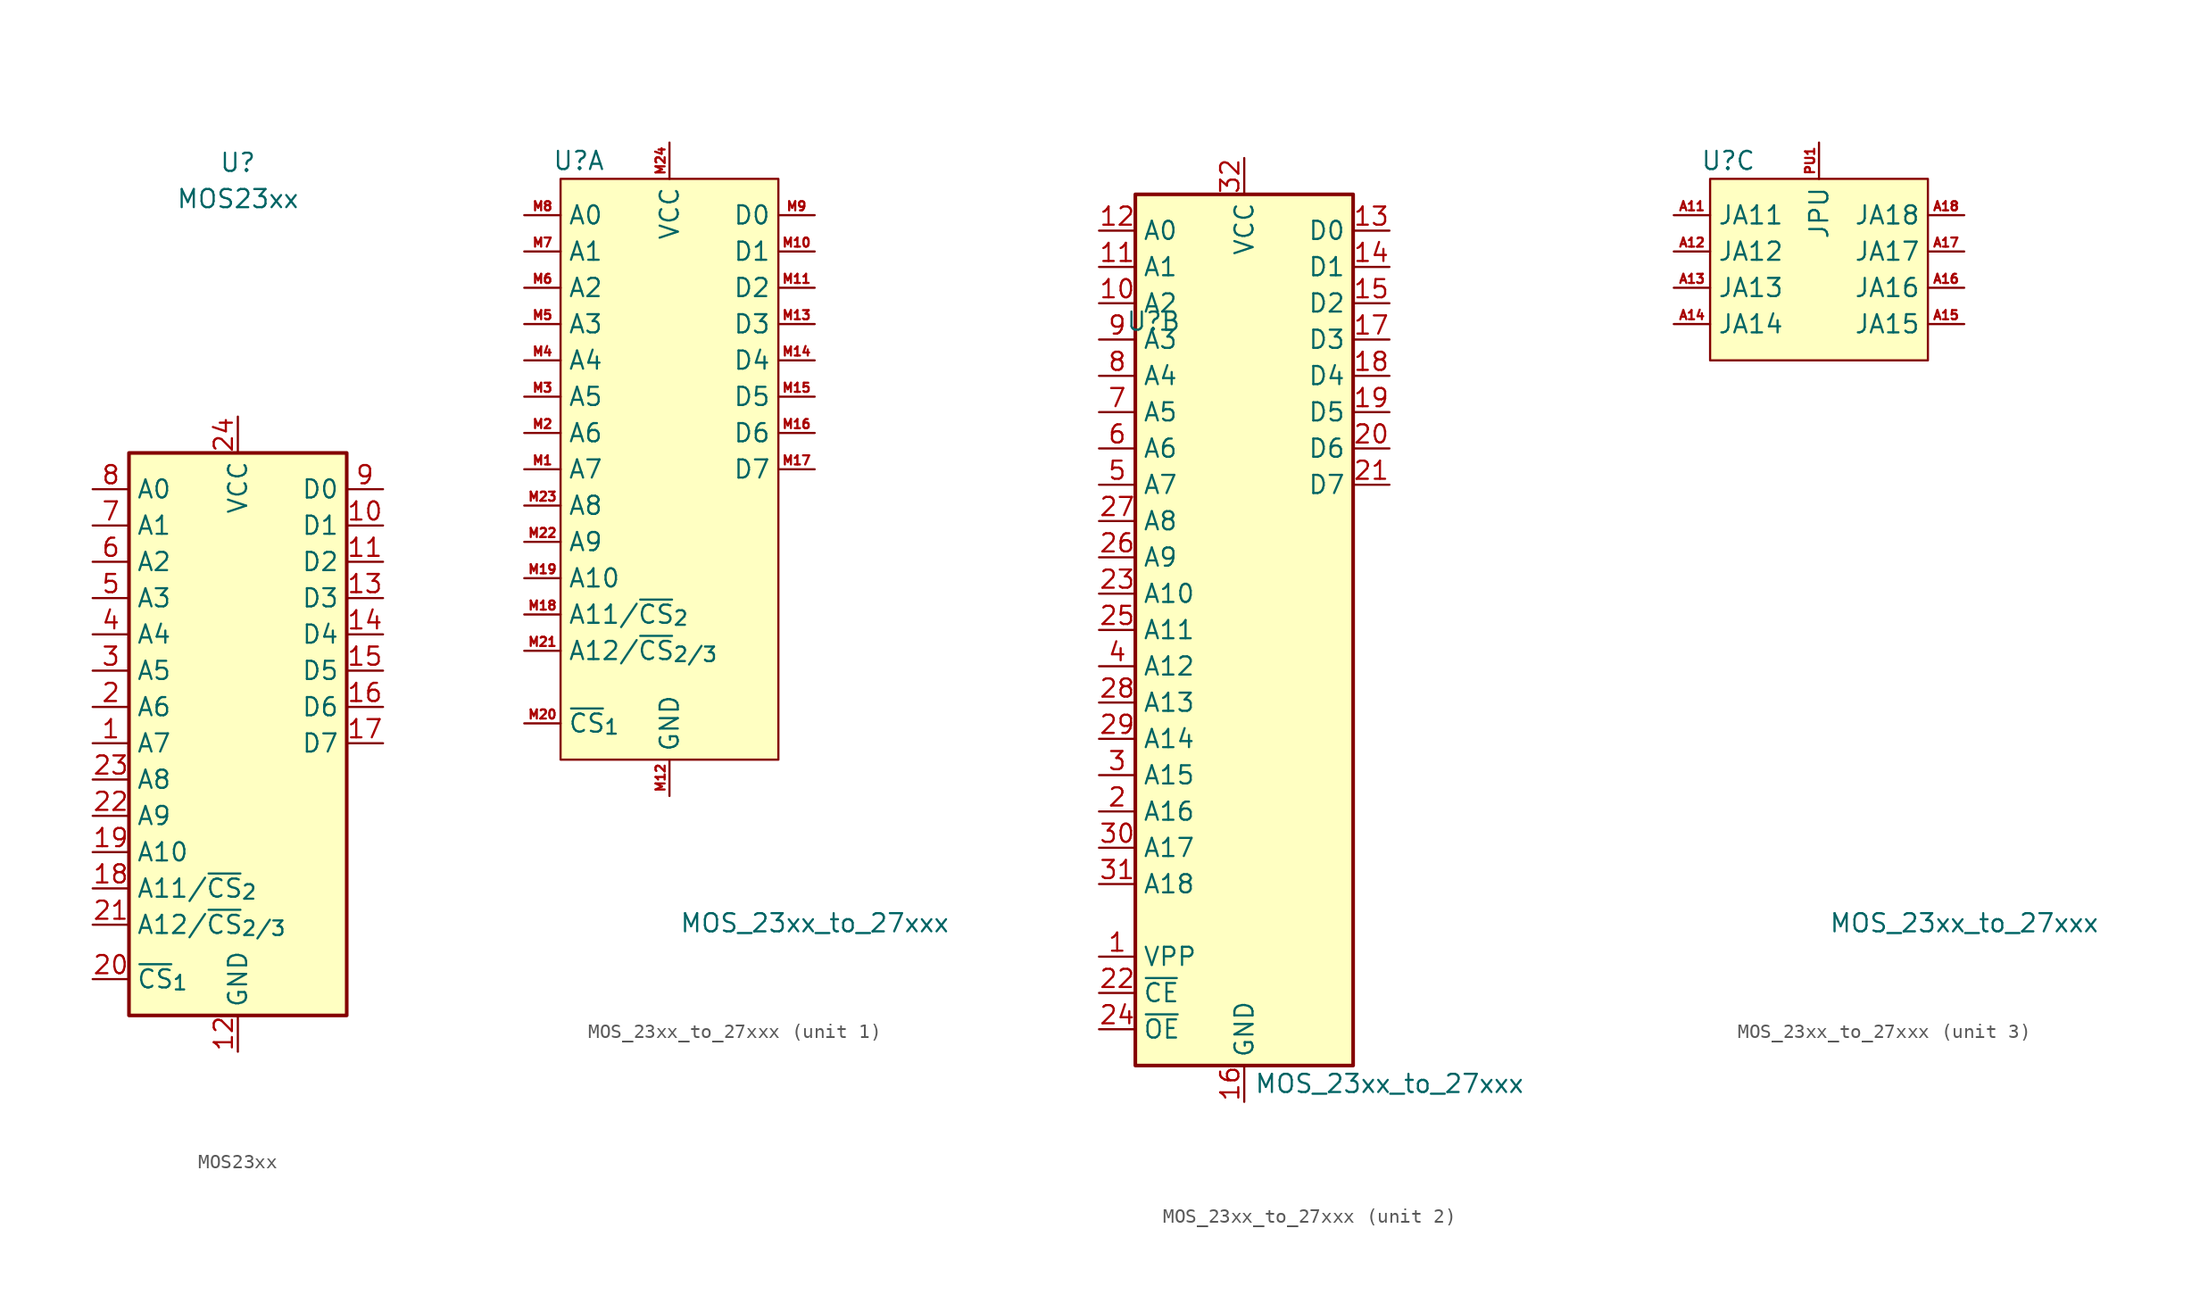
<source format=kicad_sym>
(kicad_symbol_lib
  (version 20211014)
  (generator kicad_symbol_editor)
  (symbol "MOS23xx"
    (property "Reference" "U"
      (at 0 43.18 0)
      (effects (font (size 1.27 1.27))))
    (property "Value" "MOS23xx"
      (at 0 40.64 0)
      (effects (font (size 1.27 1.27))))
    (symbol "MOS23xx_1_1"
      (rectangle (start -7.62 22.86) (end 7.62 -16.51) (stroke (width 0.254) (type default) (color 0 0 0 0)) (fill (type background)))
      (pin input line (at -10.16 2.54 0) (length 2.54) (name "A7" (effects (font (size 1.27 1.27)))) (number "1" (effects (font (size 1.27 1.27)))))
      (pin tri_state line (at 10.16 17.78 180) (length 2.54) (name "D1" (effects (font (size 1.27 1.27)))) (number "10" (effects (font (size 1.27 1.27)))))
      (pin tri_state line (at 10.16 15.24 180) (length 2.54) (name "D2" (effects (font (size 1.27 1.27)))) (number "11" (effects (font (size 1.27 1.27)))))
      (pin power_in line (at 0 -19.05 90) (length 2.54) (name "GND" (effects (font (size 1.27 1.27)))) (number "12" (effects (font (size 1.27 1.27)))))
      (pin tri_state line (at 10.16 12.7 180) (length 2.54) (name "D3" (effects (font (size 1.27 1.27)))) (number "13" (effects (font (size 1.27 1.27)))))
      (pin tri_state line (at 10.16 10.16 180) (length 2.54) (name "D4" (effects (font (size 1.27 1.27)))) (number "14" (effects (font (size 1.27 1.27)))))
      (pin tri_state line (at 10.16 7.62 180) (length 2.54) (name "D5" (effects (font (size 1.27 1.27)))) (number "15" (effects (font (size 1.27 1.27)))))
      (pin tri_state line (at 10.16 5.08 180) (length 2.54) (name "D6" (effects (font (size 1.27 1.27)))) (number "16" (effects (font (size 1.27 1.27)))))
      (pin tri_state line (at 10.16 2.54 180) (length 2.54) (name "D7" (effects (font (size 1.27 1.27)))) (number "17" (effects (font (size 1.27 1.27)))))
      (pin input line (at -10.16 -7.62 0) (length 2.54) (name "A11/~{CS}_{2}" (effects (font (size 1.27 1.27)))) (number "18" (effects (font (size 1.27 1.27)))))
      (pin input line (at -10.16 -5.08 0) (length 2.54) (name "A10" (effects (font (size 1.27 1.27)))) (number "19" (effects (font (size 1.27 1.27)))))
      (pin input line (at -10.16 5.08 0) (length 2.54) (name "A6" (effects (font (size 1.27 1.27)))) (number "2" (effects (font (size 1.27 1.27)))))
      (pin input line (at -10.16 -13.97 0) (length 2.54) (name "~{CS}_{1}" (effects (font (size 1.27 1.27)))) (number "20" (effects (font (size 1.27 1.27)))))
      (pin input line (at -10.16 -10.16 0) (length 2.54) (name "A12/~{CS}_{2/3}" (effects (font (size 1.27 1.27)))) (number "21" (effects (font (size 1.27 1.27)))))
      (pin input line (at -10.16 -2.54 0) (length 2.54) (name "A9" (effects (font (size 1.27 1.27)))) (number "22" (effects (font (size 1.27 1.27)))))
      (pin input line (at -10.16 0 0) (length 2.54) (name "A8" (effects (font (size 1.27 1.27)))) (number "23" (effects (font (size 1.27 1.27)))))
      (pin power_in line (at 0 25.4 270) (length 2.54) (name "VCC" (effects (font (size 1.27 1.27)))) (number "24" (effects (font (size 1.27 1.27)))))
      (pin input line (at -10.16 7.62 0) (length 2.54) (name "A5" (effects (font (size 1.27 1.27)))) (number "3" (effects (font (size 1.27 1.27)))))
      (pin input line (at -10.16 10.16 0) (length 2.54) (name "A4" (effects (font (size 1.27 1.27)))) (number "4" (effects (font (size 1.27 1.27)))))
      (pin input line (at -10.16 12.7 0) (length 2.54) (name "A3" (effects (font (size 1.27 1.27)))) (number "5" (effects (font (size 1.27 1.27)))))
      (pin input line (at -10.16 15.24 0) (length 2.54) (name "A2" (effects (font (size 1.27 1.27)))) (number "6" (effects (font (size 1.27 1.27)))))
      (pin input line (at -10.16 17.78 0) (length 2.54) (name "A1" (effects (font (size 1.27 1.27)))) (number "7" (effects (font (size 1.27 1.27)))))
      (pin input line (at -10.16 20.32 0) (length 2.54) (name "A0" (effects (font (size 1.27 1.27)))) (number "8" (effects (font (size 1.27 1.27)))))
      (pin tri_state line (at 10.16 20.32 180) (length 2.54) (name "D0" (effects (font (size 1.27 1.27)))) (number "9" (effects (font (size 1.27 1.27)))))))
  (symbol "MOS_23xx_to_27xxx"
    (property "Reference" "U"
      (at -6.35 21.59 0)
      (effects (font (size 1.27 1.27))))
    (property "Value" "MOS_23xx_to_27xxx"
      (at 10.16 -31.75 0)
      (effects (font (size 1.27 1.27))))
    (property "ki_locked" ""
      (at 0 0 0)
      (effects (font (size 1.27 1.27))))
    (symbol "MOS_23xx_to_27xxx_1_1"
      (rectangle (start -7.62 20.32) (end 7.62 -20.32) (stroke (width 0) (type default) (color 0 0 0 0)) (fill (type background)))
      (pin input line (at -10.16 0 0) (length 2.54) (name "A7" (effects (font (size 1.27 1.27)))) (number "M1" (effects (font (size 0.635 0.635)))))
      (pin tri_state line (at 10.16 15.24 180) (length 2.54) (name "D1" (effects (font (size 1.27 1.27)))) (number "M10" (effects (font (size 0.635 0.635)))))
      (pin tri_state line (at 10.16 12.7 180) (length 2.54) (name "D2" (effects (font (size 1.27 1.27)))) (number "M11" (effects (font (size 0.635 0.635)))))
      (pin power_in line (at 0 -22.86 90) (length 2.54) (name "GND" (effects (font (size 1.27 1.27)))) (number "M12" (effects (font (size 0.635 0.635)))))
      (pin tri_state line (at 10.16 10.16 180) (length 2.54) (name "D3" (effects (font (size 1.27 1.27)))) (number "M13" (effects (font (size 0.635 0.635)))))
      (pin tri_state line (at 10.16 7.62 180) (length 2.54) (name "D4" (effects (font (size 1.27 1.27)))) (number "M14" (effects (font (size 0.635 0.635)))))
      (pin tri_state line (at 10.16 5.08 180) (length 2.54) (name "D5" (effects (font (size 1.27 1.27)))) (number "M15" (effects (font (size 0.635 0.635)))))
      (pin tri_state line (at 10.16 2.54 180) (length 2.54) (name "D6" (effects (font (size 1.27 1.27)))) (number "M16" (effects (font (size 0.635 0.635)))))
      (pin tri_state line (at 10.16 0 180) (length 2.54) (name "D7" (effects (font (size 1.27 1.27)))) (number "M17" (effects (font (size 0.635 0.635)))))
      (pin input line (at -10.16 -10.16 0) (length 2.54) (name "A11/~{CS}_{2}" (effects (font (size 1.27 1.27)))) (number "M18" (effects (font (size 0.635 0.635)))))
      (pin input line (at -10.16 -7.62 0) (length 2.54) (name "A10" (effects (font (size 1.27 1.27)))) (number "M19" (effects (font (size 0.635 0.635)))))
      (pin input line (at -10.16 2.54 0) (length 2.54) (name "A6" (effects (font (size 1.27 1.27)))) (number "M2" (effects (font (size 0.635 0.635)))))
      (pin input line (at -10.16 -17.78 0) (length 2.54) (name "~{CS}_{1}" (effects (font (size 1.27 1.27)))) (number "M20" (effects (font (size 0.635 0.635)))))
      (pin input line (at -10.16 -12.7 0) (length 2.54) (name "A12/~{CS}_{2/3}" (effects (font (size 1.27 1.27)))) (number "M21" (effects (font (size 0.635 0.635)))))
      (pin input line (at -10.16 -5.08 0) (length 2.54) (name "A9" (effects (font (size 1.27 1.27)))) (number "M22" (effects (font (size 0.635 0.635)))))
      (pin input line (at -10.16 -2.54 0) (length 2.54) (name "A8" (effects (font (size 1.27 1.27)))) (number "M23" (effects (font (size 0.635 0.635)))))
      (pin power_in line (at 0 22.86 270) (length 2.54) (name "VCC" (effects (font (size 1.27 1.27)))) (number "M24" (effects (font (size 0.635 0.635)))))
      (pin input line (at -10.16 5.08 0) (length 2.54) (name "A5" (effects (font (size 1.27 1.27)))) (number "M3" (effects (font (size 0.635 0.635)))))
      (pin input line (at -10.16 7.62 0) (length 2.54) (name "A4" (effects (font (size 1.27 1.27)))) (number "M4" (effects (font (size 0.635 0.635)))))
      (pin input line (at -10.16 10.16 0) (length 2.54) (name "A3" (effects (font (size 1.27 1.27)))) (number "M5" (effects (font (size 0.635 0.635)))))
      (pin input line (at -10.16 12.7 0) (length 2.54) (name "A2" (effects (font (size 1.27 1.27)))) (number "M6" (effects (font (size 0.635 0.635)))))
      (pin input line (at -10.16 15.24 0) (length 2.54) (name "A1" (effects (font (size 1.27 1.27)))) (number "M7" (effects (font (size 0.635 0.635)))))
      (pin input line (at -10.16 17.78 0) (length 2.54) (name "A0" (effects (font (size 1.27 1.27)))) (number "M8" (effects (font (size 0.635 0.635)))))
      (pin tri_state line (at 10.16 17.78 180) (length 2.54) (name "D0" (effects (font (size 1.27 1.27)))) (number "M9" (effects (font (size 0.635 0.635))))))
    (symbol "MOS_23xx_to_27xxx_2_1"
      (rectangle (start -7.62 30.48) (end 7.62 -30.48) (stroke (width 0.254) (type default) (color 0 0 0 0)) (fill (type background)))
      (pin input line (at -10.16 -22.86 0) (length 2.54) (name "VPP" (effects (font (size 1.27 1.27)))) (number "1" (effects (font (size 1.27 1.27)))))
      (pin input line (at -10.16 22.86 0) (length 2.54) (name "A2" (effects (font (size 1.27 1.27)))) (number "10" (effects (font (size 1.27 1.27)))))
      (pin input line (at -10.16 25.4 0) (length 2.54) (name "A1" (effects (font (size 1.27 1.27)))) (number "11" (effects (font (size 1.27 1.27)))))
      (pin input line (at -10.16 27.94 0) (length 2.54) (name "A0" (effects (font (size 1.27 1.27)))) (number "12" (effects (font (size 1.27 1.27)))))
      (pin tri_state line (at 10.16 27.94 180) (length 2.54) (name "D0" (effects (font (size 1.27 1.27)))) (number "13" (effects (font (size 1.27 1.27)))))
      (pin tri_state line (at 10.16 25.4 180) (length 2.54) (name "D1" (effects (font (size 1.27 1.27)))) (number "14" (effects (font (size 1.27 1.27)))))
      (pin tri_state line (at 10.16 22.86 180) (length 2.54) (name "D2" (effects (font (size 1.27 1.27)))) (number "15" (effects (font (size 1.27 1.27)))))
      (pin power_in line (at 0 -33.02 90) (length 2.54) (name "GND" (effects (font (size 1.27 1.27)))) (number "16" (effects (font (size 1.27 1.27)))))
      (pin tri_state line (at 10.16 20.32 180) (length 2.54) (name "D3" (effects (font (size 1.27 1.27)))) (number "17" (effects (font (size 1.27 1.27)))))
      (pin tri_state line (at 10.16 17.78 180) (length 2.54) (name "D4" (effects (font (size 1.27 1.27)))) (number "18" (effects (font (size 1.27 1.27)))))
      (pin tri_state line (at 10.16 15.24 180) (length 2.54) (name "D5" (effects (font (size 1.27 1.27)))) (number "19" (effects (font (size 1.27 1.27)))))
      (pin input line (at -10.16 -12.7 0) (length 2.54) (name "A16" (effects (font (size 1.27 1.27)))) (number "2" (effects (font (size 1.27 1.27)))))
      (pin tri_state line (at 10.16 12.7 180) (length 2.54) (name "D6" (effects (font (size 1.27 1.27)))) (number "20" (effects (font (size 1.27 1.27)))))
      (pin tri_state line (at 10.16 10.16 180) (length 2.54) (name "D7" (effects (font (size 1.27 1.27)))) (number "21" (effects (font (size 1.27 1.27)))))
      (pin input line (at -10.16 -25.4 0) (length 2.54) (name "~{CE}" (effects (font (size 1.27 1.27)))) (number "22" (effects (font (size 1.27 1.27)))))
      (pin input line (at -10.16 2.54 0) (length 2.54) (name "A10" (effects (font (size 1.27 1.27)))) (number "23" (effects (font (size 1.27 1.27)))))
      (pin input line (at -10.16 -27.94 0) (length 2.54) (name "~{OE}" (effects (font (size 1.27 1.27)))) (number "24" (effects (font (size 1.27 1.27)))))
      (pin input line (at -10.16 0 0) (length 2.54) (name "A11" (effects (font (size 1.27 1.27)))) (number "25" (effects (font (size 1.27 1.27)))))
      (pin input line (at -10.16 5.08 0) (length 2.54) (name "A9" (effects (font (size 1.27 1.27)))) (number "26" (effects (font (size 1.27 1.27)))))
      (pin input line (at -10.16 7.62 0) (length 2.54) (name "A8" (effects (font (size 1.27 1.27)))) (number "27" (effects (font (size 1.27 1.27)))))
      (pin input line (at -10.16 -5.08 0) (length 2.54) (name "A13" (effects (font (size 1.27 1.27)))) (number "28" (effects (font (size 1.27 1.27)))))
      (pin input line (at -10.16 -7.62 0) (length 2.54) (name "A14" (effects (font (size 1.27 1.27)))) (number "29" (effects (font (size 1.27 1.27)))))
      (pin input line (at -10.16 -10.16 0) (length 2.54) (name "A15" (effects (font (size 1.27 1.27)))) (number "3" (effects (font (size 1.27 1.27)))))
      (pin input line (at -10.16 -15.24 0) (length 2.54) (name "A17" (effects (font (size 1.27 1.27)))) (number "30" (effects (font (size 1.27 1.27)))))
      (pin input line (at -10.16 -17.78 0) (length 2.54) (name "A18" (effects (font (size 1.27 1.27)))) (number "31" (effects (font (size 1.27 1.27)))))
      (pin power_in line (at 0 33.02 270) (length 2.54) (name "VCC" (effects (font (size 1.27 1.27)))) (number "32" (effects (font (size 1.27 1.27)))))
      (pin input line (at -10.16 -2.54 0) (length 2.54) (name "A12" (effects (font (size 1.27 1.27)))) (number "4" (effects (font (size 1.27 1.27)))))
      (pin input line (at -10.16 10.16 0) (length 2.54) (name "A7" (effects (font (size 1.27 1.27)))) (number "5" (effects (font (size 1.27 1.27)))))
      (pin input line (at -10.16 12.7 0) (length 2.54) (name "A6" (effects (font (size 1.27 1.27)))) (number "6" (effects (font (size 1.27 1.27)))))
      (pin input line (at -10.16 15.24 0) (length 2.54) (name "A5" (effects (font (size 1.27 1.27)))) (number "7" (effects (font (size 1.27 1.27)))))
      (pin input line (at -10.16 17.78 0) (length 2.54) (name "A4" (effects (font (size 1.27 1.27)))) (number "8" (effects (font (size 1.27 1.27)))))
      (pin input line (at -10.16 20.32 0) (length 2.54) (name "A3" (effects (font (size 1.27 1.27)))) (number "9" (effects (font (size 1.27 1.27))))))
    (symbol "MOS_23xx_to_27xxx_3_1"
      (rectangle (start -7.62 20.32) (end 7.62 7.62) (stroke (width 0) (type default) (color 0 0 0 0)) (fill (type background)))
      (pin passive line (at -10.16 17.78 0) (length 2.54) (name "JA11" (effects (font (size 1.27 1.27)))) (number "A11" (effects (font (size 0.635 0.635)))))
      (pin passive line (at -10.16 15.24 0) (length 2.54) (name "JA12" (effects (font (size 1.27 1.27)))) (number "A12" (effects (font (size 0.635 0.635)))))
      (pin passive line (at -10.16 12.7 0) (length 2.54) (name "JA13" (effects (font (size 1.27 1.27)))) (number "A13" (effects (font (size 0.635 0.635)))))
      (pin passive line (at -10.16 10.16 0) (length 2.54) (name "JA14" (effects (font (size 1.27 1.27)))) (number "A14" (effects (font (size 0.635 0.635)))))
      (pin passive line (at 10.16 10.16 180) (length 2.54) (name "JA15" (effects (font (size 1.27 1.27)))) (number "A15" (effects (font (size 0.635 0.635)))))
      (pin passive line (at 10.16 12.7 180) (length 2.54) (name "JA16" (effects (font (size 1.27 1.27)))) (number "A16" (effects (font (size 0.635 0.635)))))
      (pin passive line (at 10.16 15.24 180) (length 2.54) (name "JA17" (effects (font (size 1.27 1.27)))) (number "A17" (effects (font (size 0.635 0.635)))))
      (pin passive line (at 10.16 17.78 180) (length 2.54) (name "JA18" (effects (font (size 1.27 1.27)))) (number "A18" (effects (font (size 0.635 0.635)))))
      (pin passive line (at 0 22.86 270) (length 2.54) (name "JPU" (effects (font (size 1.27 1.27)))) (number "PU1" (effects (font (size 0.635 0.635))))))))
</source>
